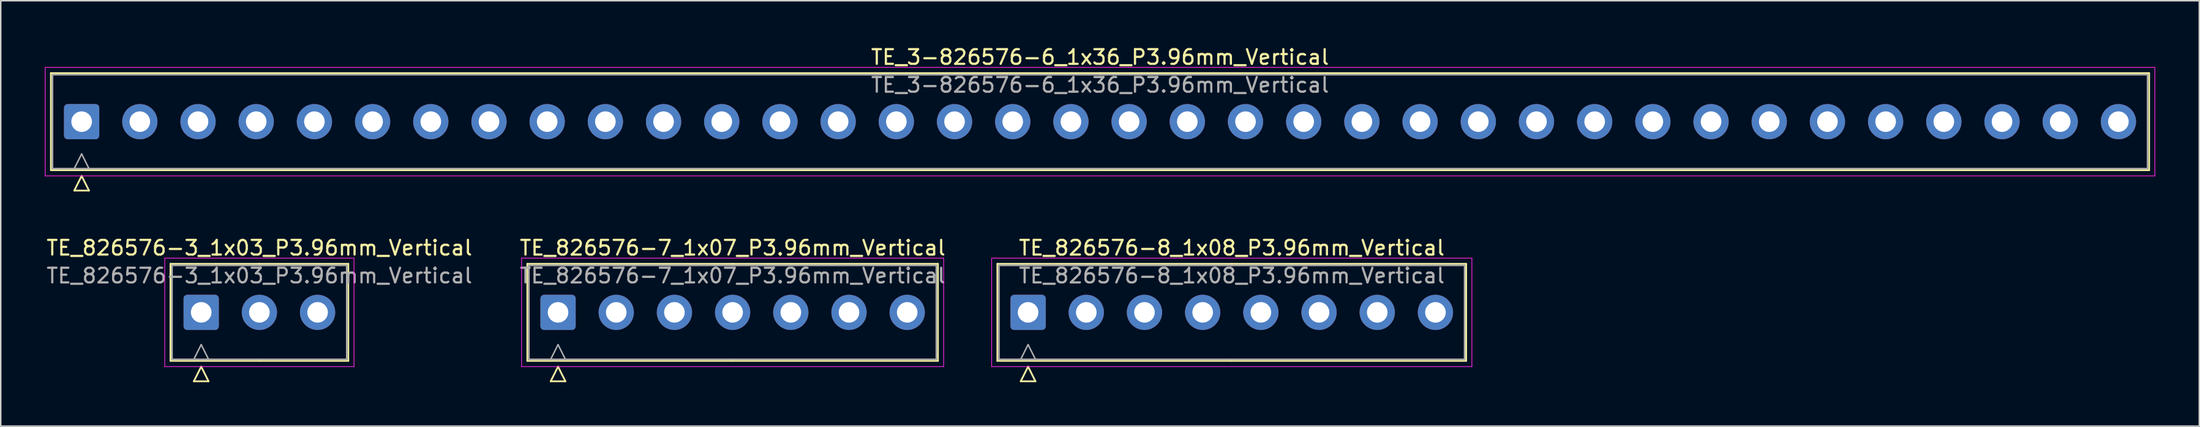
<source format=kicad_pcb>
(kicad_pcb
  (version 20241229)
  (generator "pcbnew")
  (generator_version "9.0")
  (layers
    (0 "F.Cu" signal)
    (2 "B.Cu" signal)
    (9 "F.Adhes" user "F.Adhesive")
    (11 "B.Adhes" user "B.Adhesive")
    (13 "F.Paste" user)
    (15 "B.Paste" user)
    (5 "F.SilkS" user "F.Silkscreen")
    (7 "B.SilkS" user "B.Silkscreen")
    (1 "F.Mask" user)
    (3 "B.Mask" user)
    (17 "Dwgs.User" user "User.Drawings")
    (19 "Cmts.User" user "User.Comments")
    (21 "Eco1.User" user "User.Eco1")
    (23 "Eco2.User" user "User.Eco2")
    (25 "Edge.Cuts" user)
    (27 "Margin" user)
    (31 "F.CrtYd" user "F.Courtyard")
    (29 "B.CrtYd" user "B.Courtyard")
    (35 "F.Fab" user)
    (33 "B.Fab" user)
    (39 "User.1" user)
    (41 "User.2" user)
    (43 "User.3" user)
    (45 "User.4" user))
  (footprint "TE_3-826576-6_1x36_P3.96mm_Vertical"
    (layer "F.Cu")
    (at 2.505 5.248)
    (property "Reference" "TE_3-826576-6_1x36_P3.96mm_Vertical" (at 69.3 -4.4 0) (layer "F.SilkS") (effects (font (size 1 1) (thickness 0.15))))
    (attr through_hole)
    (fp_line (start -2.09 -3.31) (end -2.09 3.31) (stroke (width 0.12) (type solid)) (layer "F.SilkS"))
    (fp_line (start -2.09 3.31) (end 69.3 3.31) (stroke (width 0.12) (type solid)) (layer "F.SilkS"))
    (fp_line (start -0.5 4.7) (end 0 3.7) (stroke (width 0.12) (type solid)) (layer "F.SilkS"))
    (fp_line (start 0 3.7) (end 0.5 4.7) (stroke (width 0.12) (type solid)) (layer "F.SilkS"))
    (fp_line (start 0.5 4.7) (end -0.5 4.7) (stroke (width 0.12) (type solid)) (layer "F.SilkS"))
    (fp_line (start 69.3 -3.31) (end -2.09 -3.31) (stroke (width 0.12) (type solid)) (layer "F.SilkS"))
    (fp_line (start 69.3 -3.31) (end 140.69 -3.31) (stroke (width 0.12) (type solid)) (layer "F.SilkS"))
    (fp_line (start 140.69 -3.31) (end 140.69 3.31) (stroke (width 0.12) (type solid)) (layer "F.SilkS"))
    (fp_line (start 140.69 3.31) (end 69.3 3.31) (stroke (width 0.12) (type solid)) (layer "F.SilkS"))
    (fp_line (start -2.48 -3.7) (end -2.48 3.7) (stroke (width 0.05) (type solid)) (layer "F.CrtYd"))
    (fp_line (start -2.48 3.7) (end 141.08 3.7) (stroke (width 0.05) (type solid)) (layer "F.CrtYd"))
    (fp_line (start 141.08 -3.7) (end -2.48 -3.7) (stroke (width 0.05) (type solid)) (layer "F.CrtYd"))
    (fp_line (start 141.08 3.7) (end 141.08 -3.7) (stroke (width 0.05) (type solid)) (layer "F.CrtYd"))
    (fp_line (start -1.98 -3.2) (end -1.98 3.2) (stroke (width 0.1) (type solid)) (layer "F.Fab"))
    (fp_line (start -1.98 3.2) (end 69.3 3.2) (stroke (width 0.1) (type solid)) (layer "F.Fab"))
    (fp_line (start -0.5 3.2) (end 0 2.2) (stroke (width 0.1) (type solid)) (layer "F.Fab"))
    (fp_line (start 0 2.2) (end 0.5 3.2) (stroke (width 0.1) (type solid)) (layer "F.Fab"))
    (fp_line (start 69.3 -3.2) (end -1.98 -3.2) (stroke (width 0.1) (type solid)) (layer "F.Fab"))
    (fp_line (start 69.3 -3.2) (end 140.58 -3.2) (stroke (width 0.1) (type solid)) (layer "F.Fab"))
    (fp_line (start 140.58 -3.2) (end 140.58 3.2) (stroke (width 0.1) (type solid)) (layer "F.Fab"))
    (fp_line (start 140.58 3.2) (end 69.3 3.2) (stroke (width 0.1) (type solid)) (layer "F.Fab"))
    (fp_text user "${REFERENCE}" (at 69.3 -2.5 0) (layer "F.Fab") (effects (font (size 1 1) (thickness 0.15))))
    (pad "1" thru_hole roundrect (at 0 0) (size 2.4 2.4) (drill 1.4) (layers "*.Cu" "*.Mask") (roundrect_rratio 0.104))
    (pad "2" thru_hole circle (at 3.96 0) (size 2.4 2.4) (drill 1.4) (layers "*.Cu" "*.Mask"))
    (pad "3" thru_hole circle (at 7.92 0) (size 2.4 2.4) (drill 1.4) (layers "*.Cu" "*.Mask"))
    (pad "4" thru_hole circle (at 11.88 0) (size 2.4 2.4) (drill 1.4) (layers "*.Cu" "*.Mask"))
    (pad "5" thru_hole circle (at 15.84 0) (size 2.4 2.4) (drill 1.4) (layers "*.Cu" "*.Mask"))
    (pad "6" thru_hole circle (at 19.8 0) (size 2.4 2.4) (drill 1.4) (layers "*.Cu" "*.Mask"))
    (pad "7" thru_hole circle (at 23.76 0) (size 2.4 2.4) (drill 1.4) (layers "*.Cu" "*.Mask"))
    (pad "8" thru_hole circle (at 27.72 0) (size 2.4 2.4) (drill 1.4) (layers "*.Cu" "*.Mask"))
    (pad "9" thru_hole circle (at 31.68 0) (size 2.4 2.4) (drill 1.4) (layers "*.Cu" "*.Mask"))
    (pad "10" thru_hole circle (at 35.64 0) (size 2.4 2.4) (drill 1.4) (layers "*.Cu" "*.Mask"))
    (pad "11" thru_hole circle (at 39.6 0) (size 2.4 2.4) (drill 1.4) (layers "*.Cu" "*.Mask"))
    (pad "12" thru_hole circle (at 43.56 0) (size 2.4 2.4) (drill 1.4) (layers "*.Cu" "*.Mask"))
    (pad "13" thru_hole circle (at 47.52 0) (size 2.4 2.4) (drill 1.4) (layers "*.Cu" "*.Mask"))
    (pad "14" thru_hole circle (at 51.48 0) (size 2.4 2.4) (drill 1.4) (layers "*.Cu" "*.Mask"))
    (pad "15" thru_hole circle (at 55.44 0) (size 2.4 2.4) (drill 1.4) (layers "*.Cu" "*.Mask"))
    (pad "16" thru_hole circle (at 59.4 0) (size 2.4 2.4) (drill 1.4) (layers "*.Cu" "*.Mask"))
    (pad "17" thru_hole circle (at 63.36 0) (size 2.4 2.4) (drill 1.4) (layers "*.Cu" "*.Mask"))
    (pad "18" thru_hole circle (at 67.32 0) (size 2.4 2.4) (drill 1.4) (layers "*.Cu" "*.Mask"))
    (pad "19" thru_hole circle (at 71.28 0) (size 2.4 2.4) (drill 1.4) (layers "*.Cu" "*.Mask"))
    (pad "20" thru_hole circle (at 75.24 0) (size 2.4 2.4) (drill 1.4) (layers "*.Cu" "*.Mask"))
    (pad "21" thru_hole circle (at 79.2 0) (size 2.4 2.4) (drill 1.4) (layers "*.Cu" "*.Mask"))
    (pad "22" thru_hole circle (at 83.16 0) (size 2.4 2.4) (drill 1.4) (layers "*.Cu" "*.Mask"))
    (pad "23" thru_hole circle (at 87.12 0) (size 2.4 2.4) (drill 1.4) (layers "*.Cu" "*.Mask"))
    (pad "24" thru_hole circle (at 91.08 0) (size 2.4 2.4) (drill 1.4) (layers "*.Cu" "*.Mask"))
    (pad "25" thru_hole circle (at 95.04 0) (size 2.4 2.4) (drill 1.4) (layers "*.Cu" "*.Mask"))
    (pad "26" thru_hole circle (at 99 0) (size 2.4 2.4) (drill 1.4) (layers "*.Cu" "*.Mask"))
    (pad "27" thru_hole circle (at 102.96 0) (size 2.4 2.4) (drill 1.4) (layers "*.Cu" "*.Mask"))
    (pad "28" thru_hole circle (at 106.92 0) (size 2.4 2.4) (drill 1.4) (layers "*.Cu" "*.Mask"))
    (pad "29" thru_hole circle (at 110.88 0) (size 2.4 2.4) (drill 1.4) (layers "*.Cu" "*.Mask"))
    (pad "30" thru_hole circle (at 114.84 0) (size 2.4 2.4) (drill 1.4) (layers "*.Cu" "*.Mask"))
    (pad "31" thru_hole circle (at 118.8 0) (size 2.4 2.4) (drill 1.4) (layers "*.Cu" "*.Mask"))
    (pad "32" thru_hole circle (at 122.76 0) (size 2.4 2.4) (drill 1.4) (layers "*.Cu" "*.Mask"))
    (pad "33" thru_hole circle (at 126.72 0) (size 2.4 2.4) (drill 1.4) (layers "*.Cu" "*.Mask"))
    (pad "34" thru_hole circle (at 130.68 0) (size 2.4 2.4) (drill 1.4) (layers "*.Cu" "*.Mask"))
    (pad "35" thru_hole circle (at 134.64 0) (size 2.4 2.4) (drill 1.4) (layers "*.Cu" "*.Mask"))
    (pad "36" thru_hole circle (at 138.6 0) (size 2.4 2.4) (drill 1.4) (layers "*.Cu" "*.Mask")))
  (footprint "TE_826576-7_1x07_P3.96mm_Vertical"
    (layer "F.Cu")
    (at 34.924 18.256)
    (property "Reference" "TE_826576-7_1x07_P3.96mm_Vertical" (at 11.88 -4.4 0) (layer "F.SilkS") (effects (font (size 1 1) (thickness 0.15))))
    (attr through_hole)
    (fp_line (start -2.09 -3.31) (end -2.09 3.31) (stroke (width 0.12) (type solid)) (layer "F.SilkS"))
    (fp_line (start -2.09 3.31) (end 11.88 3.31) (stroke (width 0.12) (type solid)) (layer "F.SilkS"))
    (fp_line (start -0.5 4.7) (end 0 3.7) (stroke (width 0.12) (type solid)) (layer "F.SilkS"))
    (fp_line (start 0 3.7) (end 0.5 4.7) (stroke (width 0.12) (type solid)) (layer "F.SilkS"))
    (fp_line (start 0.5 4.7) (end -0.5 4.7) (stroke (width 0.12) (type solid)) (layer "F.SilkS"))
    (fp_line (start 11.88 -3.31) (end -2.09 -3.31) (stroke (width 0.12) (type solid)) (layer "F.SilkS"))
    (fp_line (start 11.88 -3.31) (end 25.85 -3.31) (stroke (width 0.12) (type solid)) (layer "F.SilkS"))
    (fp_line (start 25.85 -3.31) (end 25.85 3.31) (stroke (width 0.12) (type solid)) (layer "F.SilkS"))
    (fp_line (start 25.85 3.31) (end 11.88 3.31) (stroke (width 0.12) (type solid)) (layer "F.SilkS"))
    (fp_line (start -2.48 -3.7) (end -2.48 3.7) (stroke (width 0.05) (type solid)) (layer "F.CrtYd"))
    (fp_line (start -2.48 3.7) (end 26.24 3.7) (stroke (width 0.05) (type solid)) (layer "F.CrtYd"))
    (fp_line (start 26.24 -3.7) (end -2.48 -3.7) (stroke (width 0.05) (type solid)) (layer "F.CrtYd"))
    (fp_line (start 26.24 3.7) (end 26.24 -3.7) (stroke (width 0.05) (type solid)) (layer "F.CrtYd"))
    (fp_line (start -1.98 -3.2) (end -1.98 3.2) (stroke (width 0.1) (type solid)) (layer "F.Fab"))
    (fp_line (start -1.98 3.2) (end 11.88 3.2) (stroke (width 0.1) (type solid)) (layer "F.Fab"))
    (fp_line (start -0.5 3.2) (end 0 2.2) (stroke (width 0.1) (type solid)) (layer "F.Fab"))
    (fp_line (start 0 2.2) (end 0.5 3.2) (stroke (width 0.1) (type solid)) (layer "F.Fab"))
    (fp_line (start 11.88 -3.2) (end -1.98 -3.2) (stroke (width 0.1) (type solid)) (layer "F.Fab"))
    (fp_line (start 11.88 -3.2) (end 25.74 -3.2) (stroke (width 0.1) (type solid)) (layer "F.Fab"))
    (fp_line (start 25.74 -3.2) (end 25.74 3.2) (stroke (width 0.1) (type solid)) (layer "F.Fab"))
    (fp_line (start 25.74 3.2) (end 11.88 3.2) (stroke (width 0.1) (type solid)) (layer "F.Fab"))
    (fp_text user "${REFERENCE}" (at 11.88 -2.5 0) (layer "F.Fab") (effects (font (size 1 1) (thickness 0.15))))
    (pad "1" thru_hole roundrect (at 0 0) (size 2.4 2.4) (drill 1.4) (layers "*.Cu" "*.Mask") (roundrect_rratio 0.104))
    (pad "2" thru_hole circle (at 3.96 0) (size 2.4 2.4) (drill 1.4) (layers "*.Cu" "*.Mask"))
    (pad "3" thru_hole circle (at 7.92 0) (size 2.4 2.4) (drill 1.4) (layers "*.Cu" "*.Mask"))
    (pad "4" thru_hole circle (at 11.88 0) (size 2.4 2.4) (drill 1.4) (layers "*.Cu" "*.Mask"))
    (pad "5" thru_hole circle (at 15.84 0) (size 2.4 2.4) (drill 1.4) (layers "*.Cu" "*.Mask"))
    (pad "6" thru_hole circle (at 19.8 0) (size 2.4 2.4) (drill 1.4) (layers "*.Cu" "*.Mask"))
    (pad "7" thru_hole circle (at 23.76 0) (size 2.4 2.4) (drill 1.4) (layers "*.Cu" "*.Mask")))
  (footprint "TE_826576-3_1x03_P3.96mm_Vertical"
    (layer "F.Cu")
    (at 10.641 18.256)
    (property "Reference" "TE_826576-3_1x03_P3.96mm_Vertical" (at 3.96 -4.4 0) (layer "F.SilkS") (effects (font (size 1 1) (thickness 0.15))))
    (attr through_hole)
    (fp_line (start -2.09 -3.31) (end -2.09 3.31) (stroke (width 0.12) (type solid)) (layer "F.SilkS"))
    (fp_line (start -2.09 3.31) (end 3.96 3.31) (stroke (width 0.12) (type solid)) (layer "F.SilkS"))
    (fp_line (start -0.5 4.7) (end 0 3.7) (stroke (width 0.12) (type solid)) (layer "F.SilkS"))
    (fp_line (start 0 3.7) (end 0.5 4.7) (stroke (width 0.12) (type solid)) (layer "F.SilkS"))
    (fp_line (start 0.5 4.7) (end -0.5 4.7) (stroke (width 0.12) (type solid)) (layer "F.SilkS"))
    (fp_line (start 3.96 -3.31) (end -2.09 -3.31) (stroke (width 0.12) (type solid)) (layer "F.SilkS"))
    (fp_line (start 3.96 -3.31) (end 10.01 -3.31) (stroke (width 0.12) (type solid)) (layer "F.SilkS"))
    (fp_line (start 10.01 -3.31) (end 10.01 3.31) (stroke (width 0.12) (type solid)) (layer "F.SilkS"))
    (fp_line (start 10.01 3.31) (end 3.96 3.31) (stroke (width 0.12) (type solid)) (layer "F.SilkS"))
    (fp_line (start -2.48 -3.7) (end -2.48 3.7) (stroke (width 0.05) (type solid)) (layer "F.CrtYd"))
    (fp_line (start -2.48 3.7) (end 10.4 3.7) (stroke (width 0.05) (type solid)) (layer "F.CrtYd"))
    (fp_line (start 10.4 -3.7) (end -2.48 -3.7) (stroke (width 0.05) (type solid)) (layer "F.CrtYd"))
    (fp_line (start 10.4 3.7) (end 10.4 -3.7) (stroke (width 0.05) (type solid)) (layer "F.CrtYd"))
    (fp_line (start -1.98 -3.2) (end -1.98 3.2) (stroke (width 0.1) (type solid)) (layer "F.Fab"))
    (fp_line (start -1.98 3.2) (end 3.96 3.2) (stroke (width 0.1) (type solid)) (layer "F.Fab"))
    (fp_line (start -0.5 3.2) (end 0 2.2) (stroke (width 0.1) (type solid)) (layer "F.Fab"))
    (fp_line (start 0 2.2) (end 0.5 3.2) (stroke (width 0.1) (type solid)) (layer "F.Fab"))
    (fp_line (start 3.96 -3.2) (end -1.98 -3.2) (stroke (width 0.1) (type solid)) (layer "F.Fab"))
    (fp_line (start 3.96 -3.2) (end 9.9 -3.2) (stroke (width 0.1) (type solid)) (layer "F.Fab"))
    (fp_line (start 9.9 -3.2) (end 9.9 3.2) (stroke (width 0.1) (type solid)) (layer "F.Fab"))
    (fp_line (start 9.9 3.2) (end 3.96 3.2) (stroke (width 0.1) (type solid)) (layer "F.Fab"))
    (fp_text user "${REFERENCE}" (at 3.96 -2.5 0) (layer "F.Fab") (effects (font (size 1 1) (thickness 0.15))))
    (pad "1" thru_hole roundrect (at 0 0) (size 2.4 2.4) (drill 1.4) (layers "*.Cu" "*.Mask") (roundrect_rratio 0.104))
    (pad "2" thru_hole circle (at 3.96 0) (size 2.4 2.4) (drill 1.4) (layers "*.Cu" "*.Mask"))
    (pad "3" thru_hole circle (at 7.92 0) (size 2.4 2.4) (drill 1.4) (layers "*.Cu" "*.Mask")))
  (footprint "TE_826576-8_1x08_P3.96mm_Vertical"
    (layer "F.Cu")
    (at 66.91 18.256)
    (property "Reference" "TE_826576-8_1x08_P3.96mm_Vertical" (at 13.86 -4.4 0) (layer "F.SilkS") (effects (font (size 1 1) (thickness 0.15))))
    (attr through_hole)
    (fp_line (start -2.09 -3.31) (end -2.09 3.31) (stroke (width 0.12) (type solid)) (layer "F.SilkS"))
    (fp_line (start -2.09 3.31) (end 13.86 3.31) (stroke (width 0.12) (type solid)) (layer "F.SilkS"))
    (fp_line (start -0.5 4.7) (end 0 3.7) (stroke (width 0.12) (type solid)) (layer "F.SilkS"))
    (fp_line (start 0 3.7) (end 0.5 4.7) (stroke (width 0.12) (type solid)) (layer "F.SilkS"))
    (fp_line (start 0.5 4.7) (end -0.5 4.7) (stroke (width 0.12) (type solid)) (layer "F.SilkS"))
    (fp_line (start 13.86 -3.31) (end -2.09 -3.31) (stroke (width 0.12) (type solid)) (layer "F.SilkS"))
    (fp_line (start 13.86 -3.31) (end 29.81 -3.31) (stroke (width 0.12) (type solid)) (layer "F.SilkS"))
    (fp_line (start 29.81 -3.31) (end 29.81 3.31) (stroke (width 0.12) (type solid)) (layer "F.SilkS"))
    (fp_line (start 29.81 3.31) (end 13.86 3.31) (stroke (width 0.12) (type solid)) (layer "F.SilkS"))
    (fp_line (start -2.48 -3.7) (end -2.48 3.7) (stroke (width 0.05) (type solid)) (layer "F.CrtYd"))
    (fp_line (start -2.48 3.7) (end 30.2 3.7) (stroke (width 0.05) (type solid)) (layer "F.CrtYd"))
    (fp_line (start 30.2 -3.7) (end -2.48 -3.7) (stroke (width 0.05) (type solid)) (layer "F.CrtYd"))
    (fp_line (start 30.2 3.7) (end 30.2 -3.7) (stroke (width 0.05) (type solid)) (layer "F.CrtYd"))
    (fp_line (start -1.98 -3.2) (end -1.98 3.2) (stroke (width 0.1) (type solid)) (layer "F.Fab"))
    (fp_line (start -1.98 3.2) (end 13.86 3.2) (stroke (width 0.1) (type solid)) (layer "F.Fab"))
    (fp_line (start -0.5 3.2) (end 0 2.2) (stroke (width 0.1) (type solid)) (layer "F.Fab"))
    (fp_line (start 0 2.2) (end 0.5 3.2) (stroke (width 0.1) (type solid)) (layer "F.Fab"))
    (fp_line (start 13.86 -3.2) (end -1.98 -3.2) (stroke (width 0.1) (type solid)) (layer "F.Fab"))
    (fp_line (start 13.86 -3.2) (end 29.7 -3.2) (stroke (width 0.1) (type solid)) (layer "F.Fab"))
    (fp_line (start 29.7 -3.2) (end 29.7 3.2) (stroke (width 0.1) (type solid)) (layer "F.Fab"))
    (fp_line (start 29.7 3.2) (end 13.86 3.2) (stroke (width 0.1) (type solid)) (layer "F.Fab"))
    (fp_text user "${REFERENCE}" (at 13.86 -2.5 0) (layer "F.Fab") (effects (font (size 1 1) (thickness 0.15))))
    (pad "1" thru_hole roundrect (at 0 0) (size 2.4 2.4) (drill 1.4) (layers "*.Cu" "*.Mask") (roundrect_rratio 0.104))
    (pad "2" thru_hole circle (at 3.96 0) (size 2.4 2.4) (drill 1.4) (layers "*.Cu" "*.Mask"))
    (pad "3" thru_hole circle (at 7.92 0) (size 2.4 2.4) (drill 1.4) (layers "*.Cu" "*.Mask"))
    (pad "4" thru_hole circle (at 11.88 0) (size 2.4 2.4) (drill 1.4) (layers "*.Cu" "*.Mask"))
    (pad "5" thru_hole circle (at 15.84 0) (size 2.4 2.4) (drill 1.4) (layers "*.Cu" "*.Mask"))
    (pad "6" thru_hole circle (at 19.8 0) (size 2.4 2.4) (drill 1.4) (layers "*.Cu" "*.Mask"))
    (pad "7" thru_hole circle (at 23.76 0) (size 2.4 2.4) (drill 1.4) (layers "*.Cu" "*.Mask"))
    (pad "8" thru_hole circle (at 27.72 0) (size 2.4 2.4) (drill 1.4) (layers "*.Cu" "*.Mask")))
  (gr_rect
    (start -3 -3)
    (end 146.61 26.017)
    (stroke (width 0.1) (type default))
    (fill no)
    (layer "Edge.Cuts")))
</source>
